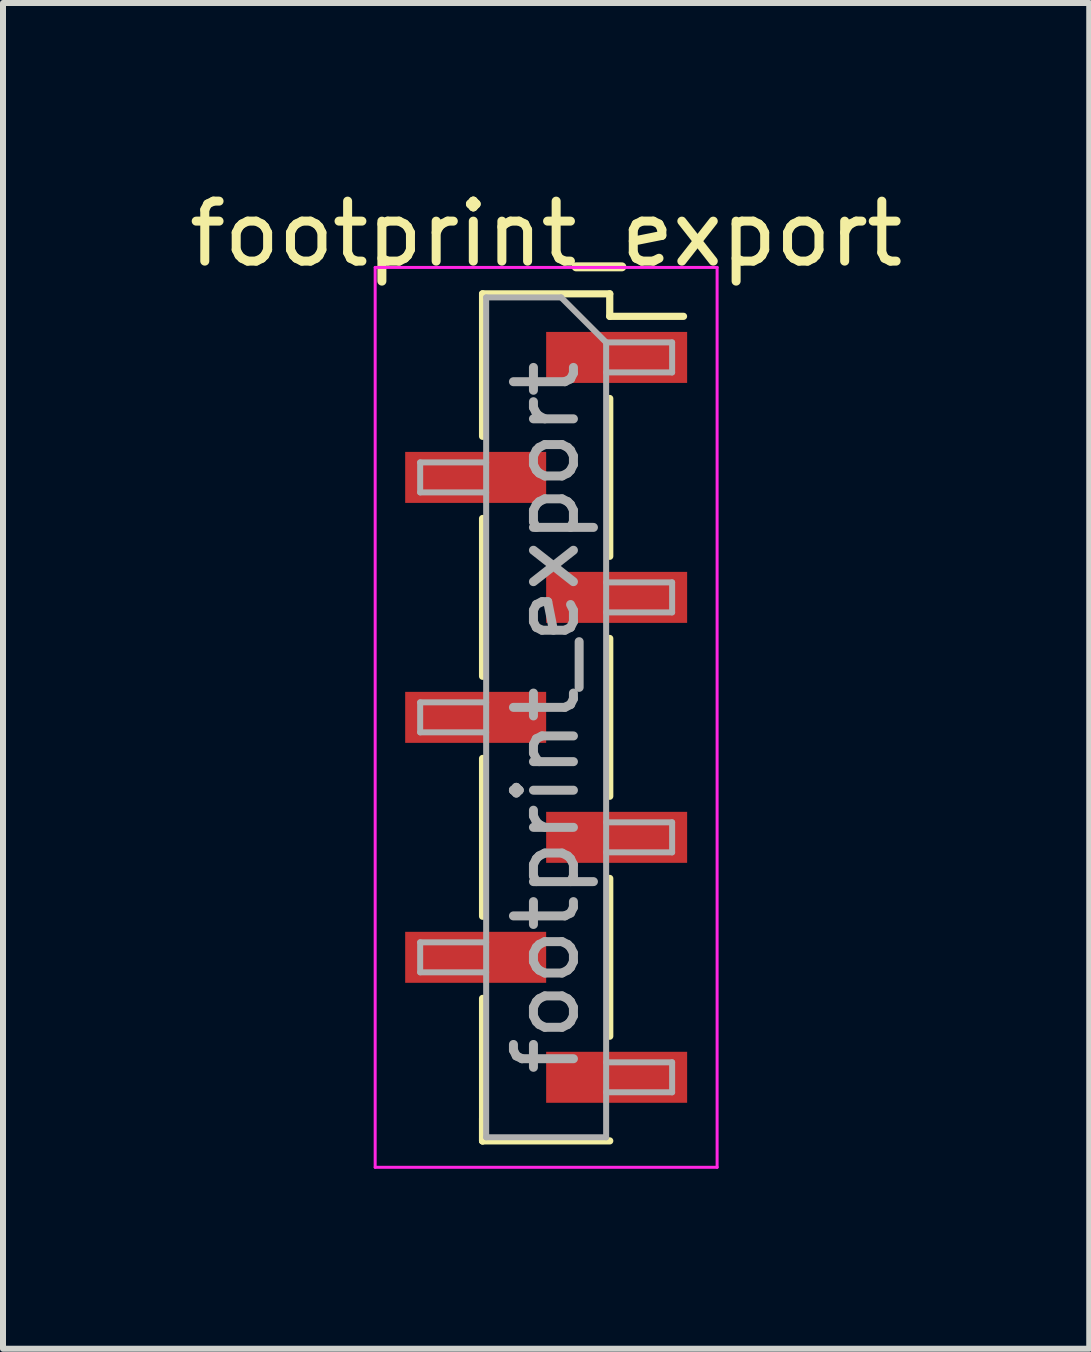
<source format=kicad_pcb>
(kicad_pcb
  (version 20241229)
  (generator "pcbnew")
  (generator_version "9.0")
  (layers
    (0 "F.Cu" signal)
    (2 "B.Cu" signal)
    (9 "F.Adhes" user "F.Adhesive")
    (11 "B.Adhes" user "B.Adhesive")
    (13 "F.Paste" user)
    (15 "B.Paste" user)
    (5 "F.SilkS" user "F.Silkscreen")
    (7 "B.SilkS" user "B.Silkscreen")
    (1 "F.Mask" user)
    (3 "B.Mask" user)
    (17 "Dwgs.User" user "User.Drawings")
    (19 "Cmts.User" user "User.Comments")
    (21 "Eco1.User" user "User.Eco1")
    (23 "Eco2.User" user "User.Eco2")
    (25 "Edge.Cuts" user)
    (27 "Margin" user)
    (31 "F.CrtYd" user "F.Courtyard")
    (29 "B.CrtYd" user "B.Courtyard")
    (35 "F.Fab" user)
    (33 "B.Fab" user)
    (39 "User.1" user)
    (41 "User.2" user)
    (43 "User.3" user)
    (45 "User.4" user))
  (footprint "footprint_export"
    (layer "F.Cu")
    (at 6.054 8.908)
    (property "Reference" "footprint_export" (at 0 -8.06 0) (layer "F.SilkS") (effects (font (size 1 1) (thickness 0.15))))
    (attr smd)
    (fp_line (start -1.06 -7.06) (end -1.06 -4.685) (stroke (width 0.12) (type solid)) (layer "F.SilkS"))
    (fp_line (start -1.06 -7.06) (end 1.06 -7.06) (stroke (width 0.12) (type solid)) (layer "F.SilkS"))
    (fp_line (start -1.06 -3.315) (end -1.06 -0.685) (stroke (width 0.12) (type solid)) (layer "F.SilkS"))
    (fp_line (start -1.06 0.685) (end -1.06 3.315) (stroke (width 0.12) (type solid)) (layer "F.SilkS"))
    (fp_line (start -1.06 4.685) (end -1.06 7.06) (stroke (width 0.12) (type solid)) (layer "F.SilkS"))
    (fp_line (start -1.06 6.685) (end -1.06 7.06) (stroke (width 0.12) (type solid)) (layer "F.SilkS"))
    (fp_line (start -1.06 7.06) (end 1.06 7.06) (stroke (width 0.12) (type solid)) (layer "F.SilkS"))
    (fp_line (start 1.06 -7.06) (end 1.06 -6.685) (stroke (width 0.12) (type solid)) (layer "F.SilkS"))
    (fp_line (start 1.06 -6.685) (end 2.29 -6.685) (stroke (width 0.12) (type solid)) (layer "F.SilkS"))
    (fp_line (start 1.06 -5.315) (end 1.06 -2.685) (stroke (width 0.12) (type solid)) (layer "F.SilkS"))
    (fp_line (start 1.06 -1.315) (end 1.06 1.315) (stroke (width 0.12) (type solid)) (layer "F.SilkS"))
    (fp_line (start 1.06 2.685) (end 1.06 5.315) (stroke (width 0.12) (type solid)) (layer "F.SilkS"))
    (fp_line (start -2.85 -7.5) (end -2.85 7.5) (stroke (width 0.05) (type solid)) (layer "F.CrtYd"))
    (fp_line (start -2.85 7.5) (end 2.85 7.5) (stroke (width 0.05) (type solid)) (layer "F.CrtYd"))
    (fp_line (start 2.85 -7.5) (end -2.85 -7.5) (stroke (width 0.05) (type solid)) (layer "F.CrtYd"))
    (fp_line (start 2.85 7.5) (end 2.85 -7.5) (stroke (width 0.05) (type solid)) (layer "F.CrtYd"))
    (fp_line (start -2.1 -4.25) (end -2.1 -3.75) (stroke (width 0.1) (type solid)) (layer "F.Fab"))
    (fp_line (start -2.1 -3.75) (end -1 -3.75) (stroke (width 0.1) (type solid)) (layer "F.Fab"))
    (fp_line (start -2.1 -0.25) (end -2.1 0.25) (stroke (width 0.1) (type solid)) (layer "F.Fab"))
    (fp_line (start -2.1 0.25) (end -1 0.25) (stroke (width 0.1) (type solid)) (layer "F.Fab"))
    (fp_line (start -2.1 3.75) (end -2.1 4.25) (stroke (width 0.1) (type solid)) (layer "F.Fab"))
    (fp_line (start -2.1 4.25) (end -1 4.25) (stroke (width 0.1) (type solid)) (layer "F.Fab"))
    (fp_line (start -1 -7) (end -1 7) (stroke (width 0.1) (type solid)) (layer "F.Fab"))
    (fp_line (start -1 -7) (end 0.25 -7) (stroke (width 0.1) (type solid)) (layer "F.Fab"))
    (fp_line (start -1 -4.25) (end -2.1 -4.25) (stroke (width 0.1) (type solid)) (layer "F.Fab"))
    (fp_line (start -1 -0.25) (end -2.1 -0.25) (stroke (width 0.1) (type solid)) (layer "F.Fab"))
    (fp_line (start -1 3.75) (end -2.1 3.75) (stroke (width 0.1) (type solid)) (layer "F.Fab"))
    (fp_line (start 1 -6.25) (end 0.25 -7) (stroke (width 0.1) (type solid)) (layer "F.Fab"))
    (fp_line (start 1 -6.25) (end 2.1 -6.25) (stroke (width 0.1) (type solid)) (layer "F.Fab"))
    (fp_line (start 1 -2.25) (end 2.1 -2.25) (stroke (width 0.1) (type solid)) (layer "F.Fab"))
    (fp_line (start 1 1.75) (end 2.1 1.75) (stroke (width 0.1) (type solid)) (layer "F.Fab"))
    (fp_line (start 1 5.75) (end 2.1 5.75) (stroke (width 0.1) (type solid)) (layer "F.Fab"))
    (fp_line (start 1 7) (end -1 7) (stroke (width 0.1) (type solid)) (layer "F.Fab"))
    (fp_line (start 1 7) (end 1 -6.25) (stroke (width 0.1) (type solid)) (layer "F.Fab"))
    (fp_line (start 2.1 -6.25) (end 2.1 -5.75) (stroke (width 0.1) (type solid)) (layer "F.Fab"))
    (fp_line (start 2.1 -5.75) (end 1 -5.75) (stroke (width 0.1) (type solid)) (layer "F.Fab"))
    (fp_line (start 2.1 -2.25) (end 2.1 -1.75) (stroke (width 0.1) (type solid)) (layer "F.Fab"))
    (fp_line (start 2.1 -1.75) (end 1 -1.75) (stroke (width 0.1) (type solid)) (layer "F.Fab"))
    (fp_line (start 2.1 1.75) (end 2.1 2.25) (stroke (width 0.1) (type solid)) (layer "F.Fab"))
    (fp_line (start 2.1 2.25) (end 1 2.25) (stroke (width 0.1) (type solid)) (layer "F.Fab"))
    (fp_line (start 2.1 5.75) (end 2.1 6.25) (stroke (width 0.1) (type solid)) (layer "F.Fab"))
    (fp_line (start 2.1 6.25) (end 1 6.25) (stroke (width 0.1) (type solid)) (layer "F.Fab"))
    (fp_text user "${REFERENCE}" (at 0 0 90) (layer "F.Fab") (effects (font (size 1 1) (thickness 0.15))))
    (pad "1" smd rect (at 1.175 -6) (size 2.35 0.85) (layers "F.Cu" "F.Mask" "F.Paste"))
    (pad "2" smd rect (at -1.175 -4) (size 2.35 0.85) (layers "F.Cu" "F.Mask" "F.Paste"))
    (pad "3" smd rect (at 1.175 -2) (size 2.35 0.85) (layers "F.Cu" "F.Mask" "F.Paste"))
    (pad "4" smd rect (at -1.175 0) (size 2.35 0.85) (layers "F.Cu" "F.Mask" "F.Paste"))
    (pad "5" smd rect (at 1.175 2) (size 2.35 0.85) (layers "F.Cu" "F.Mask" "F.Paste"))
    (pad "6" smd rect (at -1.175 4) (size 2.35 0.85) (layers "F.Cu" "F.Mask" "F.Paste"))
    (pad "7" smd rect (at 1.175 6) (size 2.35 0.85) (layers "F.Cu" "F.Mask" "F.Paste")))
  (gr_rect
    (start -3 -3)
    (end 15.107 19.433)
    (stroke (width 0.1) (type default))
    (fill no)
    (layer "Edge.Cuts")))
</source>
